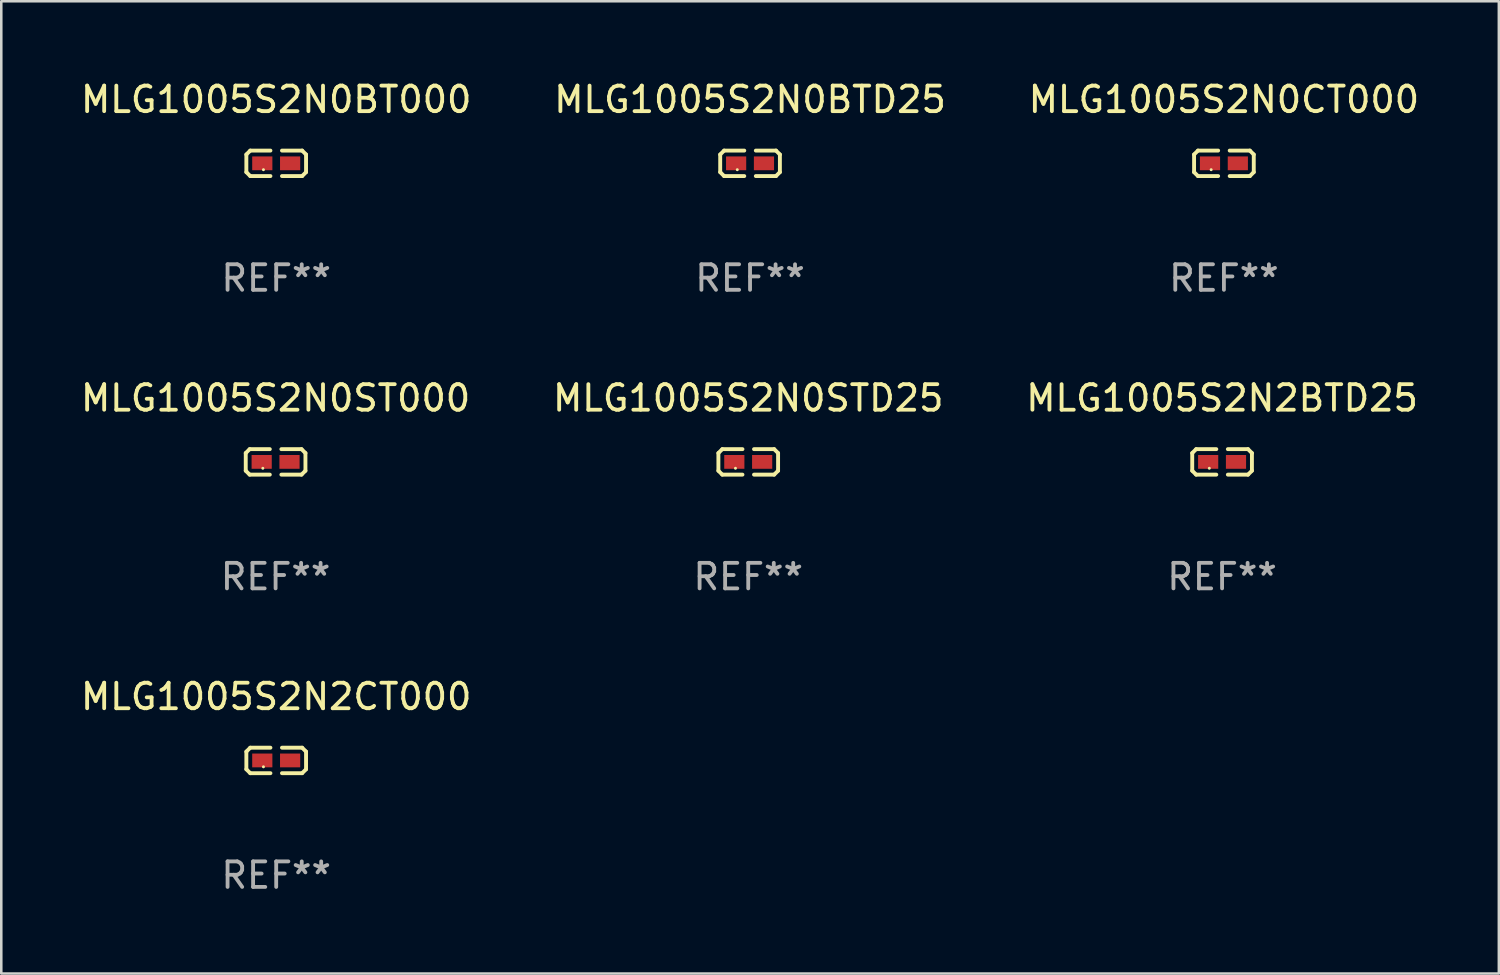
<source format=kicad_pcb>
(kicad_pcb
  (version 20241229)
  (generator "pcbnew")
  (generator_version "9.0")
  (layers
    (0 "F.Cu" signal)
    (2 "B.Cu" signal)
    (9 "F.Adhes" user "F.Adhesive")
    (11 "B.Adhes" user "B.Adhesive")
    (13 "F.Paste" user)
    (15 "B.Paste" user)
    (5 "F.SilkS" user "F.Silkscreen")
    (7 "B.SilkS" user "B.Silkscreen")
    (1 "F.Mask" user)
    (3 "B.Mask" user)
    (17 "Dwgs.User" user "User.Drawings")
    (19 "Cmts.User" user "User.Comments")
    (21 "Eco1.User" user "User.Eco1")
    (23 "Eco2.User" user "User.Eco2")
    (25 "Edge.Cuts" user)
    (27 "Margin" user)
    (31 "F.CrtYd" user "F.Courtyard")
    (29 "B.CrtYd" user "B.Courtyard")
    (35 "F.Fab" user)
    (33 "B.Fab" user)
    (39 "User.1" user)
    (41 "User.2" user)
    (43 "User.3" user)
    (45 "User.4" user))
  (footprint "MLG1005S2N2CT000"
    (layer "F.Cu")
    (at 7.768 26.734)
    (property "Reference" "MLG1005S2N2CT000" (at 0 -2.499 0) (layer "F.SilkS") (effects (font (size 1 1) (thickness 0.15))))
    (attr through_hole)
    (fp_line (start -1.169 -0.346) (end -1.016 -0.499) (stroke (width 0.152) (type solid)) (layer "F.SilkS"))
    (fp_line (start -1.169 0.346) (end -1.169 -0.346) (stroke (width 0.152) (type solid)) (layer "F.SilkS"))
    (fp_line (start -1.016 -0.499) (end -0.226 -0.499) (stroke (width 0.152) (type solid)) (layer "F.SilkS"))
    (fp_line (start -1.016 0.499) (end -1.169 0.346) (stroke (width 0.152) (type solid)) (layer "F.SilkS"))
    (fp_line (start -0.226 0.499) (end -1.016 0.499) (stroke (width 0.152) (type solid)) (layer "F.SilkS"))
    (fp_line (start 0.226 0.499) (end 1.016 0.499) (stroke (width 0.152) (type solid)) (layer "F.SilkS"))
    (fp_line (start 1.016 -0.499) (end 0.226 -0.499) (stroke (width 0.152) (type solid)) (layer "F.SilkS"))
    (fp_line (start 1.016 0.499) (end 1.169 0.346) (stroke (width 0.152) (type solid)) (layer "F.SilkS"))
    (fp_line (start 1.169 -0.346) (end 1.016 -0.499) (stroke (width 0.152) (type solid)) (layer "F.SilkS"))
    (fp_line (start 1.169 0.346) (end 1.169 -0.346) (stroke (width 0.152) (type solid)) (layer "F.SilkS"))
    (fp_circle (center -0.5 0.25) (end -0.47 0.25) (stroke (width 0.06) (type solid)) (fill no) (layer "F.SilkS"))
    (fp_text user "REF**" (at 0 4.499 0) (layer "F.Fab") (effects (font (size 1 1) (thickness 0.15))))
    (pad "1" smd rect (at -0.545 0) (size 0.79 0.54) (layers "F.Cu" "F.Mask" "F.Paste"))
    (pad "2" smd rect (at 0.545 0) (size 0.79 0.54) (layers "F.Cu" "F.Mask" "F.Paste")))
  (footprint "MLG1005S2N0STD25"
    (layer "F.Cu")
    (at 26.256 15.041)
    (property "Reference" "MLG1005S2N0STD25" (at 0 -2.499 0) (layer "F.SilkS") (effects (font (size 1 1) (thickness 0.15))))
    (attr through_hole)
    (fp_line (start -1.169 -0.346) (end -1.016 -0.499) (stroke (width 0.152) (type solid)) (layer "F.SilkS"))
    (fp_line (start -1.169 0.346) (end -1.169 -0.346) (stroke (width 0.152) (type solid)) (layer "F.SilkS"))
    (fp_line (start -1.016 -0.499) (end -0.226 -0.499) (stroke (width 0.152) (type solid)) (layer "F.SilkS"))
    (fp_line (start -1.016 0.499) (end -1.169 0.346) (stroke (width 0.152) (type solid)) (layer "F.SilkS"))
    (fp_line (start -0.226 0.499) (end -1.016 0.499) (stroke (width 0.152) (type solid)) (layer "F.SilkS"))
    (fp_line (start 0.226 0.499) (end 1.016 0.499) (stroke (width 0.152) (type solid)) (layer "F.SilkS"))
    (fp_line (start 1.016 -0.499) (end 0.226 -0.499) (stroke (width 0.152) (type solid)) (layer "F.SilkS"))
    (fp_line (start 1.016 0.499) (end 1.169 0.346) (stroke (width 0.152) (type solid)) (layer "F.SilkS"))
    (fp_line (start 1.169 -0.346) (end 1.016 -0.499) (stroke (width 0.152) (type solid)) (layer "F.SilkS"))
    (fp_line (start 1.169 0.346) (end 1.169 -0.346) (stroke (width 0.152) (type solid)) (layer "F.SilkS"))
    (fp_circle (center -0.5 0.25) (end -0.47 0.25) (stroke (width 0.06) (type solid)) (fill no) (layer "F.SilkS"))
    (fp_text user "REF**" (at 0 4.499 0) (layer "F.Fab") (effects (font (size 1 1) (thickness 0.15))))
    (pad "1" smd rect (at -0.545 0) (size 0.79 0.54) (layers "F.Cu" "F.Mask" "F.Paste"))
    (pad "2" smd rect (at 0.545 0) (size 0.79 0.54) (layers "F.Cu" "F.Mask" "F.Paste")))
  (footprint "MLG1005S2N0CT000"
    (layer "F.Cu")
    (at 44.887 3.347)
    (property "Reference" "MLG1005S2N0CT000" (at 0 -2.499 0) (layer "F.SilkS") (effects (font (size 1 1) (thickness 0.15))))
    (attr through_hole)
    (fp_line (start -1.169 -0.346) (end -1.016 -0.499) (stroke (width 0.152) (type solid)) (layer "F.SilkS"))
    (fp_line (start -1.169 0.346) (end -1.169 -0.346) (stroke (width 0.152) (type solid)) (layer "F.SilkS"))
    (fp_line (start -1.016 -0.499) (end -0.226 -0.499) (stroke (width 0.152) (type solid)) (layer "F.SilkS"))
    (fp_line (start -1.016 0.499) (end -1.169 0.346) (stroke (width 0.152) (type solid)) (layer "F.SilkS"))
    (fp_line (start -0.226 0.499) (end -1.016 0.499) (stroke (width 0.152) (type solid)) (layer "F.SilkS"))
    (fp_line (start 0.226 0.499) (end 1.016 0.499) (stroke (width 0.152) (type solid)) (layer "F.SilkS"))
    (fp_line (start 1.016 -0.499) (end 0.226 -0.499) (stroke (width 0.152) (type solid)) (layer "F.SilkS"))
    (fp_line (start 1.016 0.499) (end 1.169 0.346) (stroke (width 0.152) (type solid)) (layer "F.SilkS"))
    (fp_line (start 1.169 -0.346) (end 1.016 -0.499) (stroke (width 0.152) (type solid)) (layer "F.SilkS"))
    (fp_line (start 1.169 0.346) (end 1.169 -0.346) (stroke (width 0.152) (type solid)) (layer "F.SilkS"))
    (fp_circle (center -0.5 0.25) (end -0.47 0.25) (stroke (width 0.06) (type solid)) (fill no) (layer "F.SilkS"))
    (fp_text user "REF**" (at 0 4.499 0) (layer "F.Fab") (effects (font (size 1 1) (thickness 0.15))))
    (pad "1" smd rect (at -0.545 0) (size 0.79 0.54) (layers "F.Cu" "F.Mask" "F.Paste"))
    (pad "2" smd rect (at 0.545 0) (size 0.79 0.54) (layers "F.Cu" "F.Mask" "F.Paste")))
  (footprint "MLG1005S2N0BTD25"
    (layer "F.Cu")
    (at 26.327 3.347)
    (property "Reference" "MLG1005S2N0BTD25" (at 0 -2.499 0) (layer "F.SilkS") (effects (font (size 1 1) (thickness 0.15))))
    (attr through_hole)
    (fp_line (start -1.169 -0.346) (end -1.016 -0.499) (stroke (width 0.152) (type solid)) (layer "F.SilkS"))
    (fp_line (start -1.169 0.346) (end -1.169 -0.346) (stroke (width 0.152) (type solid)) (layer "F.SilkS"))
    (fp_line (start -1.016 -0.499) (end -0.226 -0.499) (stroke (width 0.152) (type solid)) (layer "F.SilkS"))
    (fp_line (start -1.016 0.499) (end -1.169 0.346) (stroke (width 0.152) (type solid)) (layer "F.SilkS"))
    (fp_line (start -0.226 0.499) (end -1.016 0.499) (stroke (width 0.152) (type solid)) (layer "F.SilkS"))
    (fp_line (start 0.226 0.499) (end 1.016 0.499) (stroke (width 0.152) (type solid)) (layer "F.SilkS"))
    (fp_line (start 1.016 -0.499) (end 0.226 -0.499) (stroke (width 0.152) (type solid)) (layer "F.SilkS"))
    (fp_line (start 1.016 0.499) (end 1.169 0.346) (stroke (width 0.152) (type solid)) (layer "F.SilkS"))
    (fp_line (start 1.169 -0.346) (end 1.016 -0.499) (stroke (width 0.152) (type solid)) (layer "F.SilkS"))
    (fp_line (start 1.169 0.346) (end 1.169 -0.346) (stroke (width 0.152) (type solid)) (layer "F.SilkS"))
    (fp_circle (center -0.5 0.25) (end -0.47 0.25) (stroke (width 0.06) (type solid)) (fill no) (layer "F.SilkS"))
    (fp_text user "REF**" (at 0 4.499 0) (layer "F.Fab") (effects (font (size 1 1) (thickness 0.15))))
    (pad "1" smd rect (at -0.545 0) (size 0.79 0.54) (layers "F.Cu" "F.Mask" "F.Paste"))
    (pad "2" smd rect (at 0.545 0) (size 0.79 0.54) (layers "F.Cu" "F.Mask" "F.Paste")))
  (footprint "MLG1005S2N2BTD25"
    (layer "F.Cu")
    (at 44.815 15.041)
    (property "Reference" "MLG1005S2N2BTD25" (at 0 -2.499 0) (layer "F.SilkS") (effects (font (size 1 1) (thickness 0.15))))
    (attr through_hole)
    (fp_line (start -1.169 -0.346) (end -1.016 -0.499) (stroke (width 0.152) (type solid)) (layer "F.SilkS"))
    (fp_line (start -1.169 0.346) (end -1.169 -0.346) (stroke (width 0.152) (type solid)) (layer "F.SilkS"))
    (fp_line (start -1.016 -0.499) (end -0.226 -0.499) (stroke (width 0.152) (type solid)) (layer "F.SilkS"))
    (fp_line (start -1.016 0.499) (end -1.169 0.346) (stroke (width 0.152) (type solid)) (layer "F.SilkS"))
    (fp_line (start -0.226 0.499) (end -1.016 0.499) (stroke (width 0.152) (type solid)) (layer "F.SilkS"))
    (fp_line (start 0.226 0.499) (end 1.016 0.499) (stroke (width 0.152) (type solid)) (layer "F.SilkS"))
    (fp_line (start 1.016 -0.499) (end 0.226 -0.499) (stroke (width 0.152) (type solid)) (layer "F.SilkS"))
    (fp_line (start 1.016 0.499) (end 1.169 0.346) (stroke (width 0.152) (type solid)) (layer "F.SilkS"))
    (fp_line (start 1.169 -0.346) (end 1.016 -0.499) (stroke (width 0.152) (type solid)) (layer "F.SilkS"))
    (fp_line (start 1.169 0.346) (end 1.169 -0.346) (stroke (width 0.152) (type solid)) (layer "F.SilkS"))
    (fp_circle (center -0.5 0.25) (end -0.47 0.25) (stroke (width 0.06) (type solid)) (fill no) (layer "F.SilkS"))
    (fp_text user "REF**" (at 0 4.499 0) (layer "F.Fab") (effects (font (size 1 1) (thickness 0.15))))
    (pad "1" smd rect (at -0.545 0) (size 0.79 0.54) (layers "F.Cu" "F.Mask" "F.Paste"))
    (pad "2" smd rect (at 0.545 0) (size 0.79 0.54) (layers "F.Cu" "F.Mask" "F.Paste")))
  (footprint "MLG1005S2N0BT000"
    (layer "F.Cu")
    (at 7.768 3.347)
    (property "Reference" "MLG1005S2N0BT000" (at 0 -2.499 0) (layer "F.SilkS") (effects (font (size 1 1) (thickness 0.15))))
    (attr through_hole)
    (fp_line (start -1.169 -0.346) (end -1.016 -0.499) (stroke (width 0.152) (type solid)) (layer "F.SilkS"))
    (fp_line (start -1.169 0.346) (end -1.169 -0.346) (stroke (width 0.152) (type solid)) (layer "F.SilkS"))
    (fp_line (start -1.016 -0.499) (end -0.226 -0.499) (stroke (width 0.152) (type solid)) (layer "F.SilkS"))
    (fp_line (start -1.016 0.499) (end -1.169 0.346) (stroke (width 0.152) (type solid)) (layer "F.SilkS"))
    (fp_line (start -0.226 0.499) (end -1.016 0.499) (stroke (width 0.152) (type solid)) (layer "F.SilkS"))
    (fp_line (start 0.226 0.499) (end 1.016 0.499) (stroke (width 0.152) (type solid)) (layer "F.SilkS"))
    (fp_line (start 1.016 -0.499) (end 0.226 -0.499) (stroke (width 0.152) (type solid)) (layer "F.SilkS"))
    (fp_line (start 1.016 0.499) (end 1.169 0.346) (stroke (width 0.152) (type solid)) (layer "F.SilkS"))
    (fp_line (start 1.169 -0.346) (end 1.016 -0.499) (stroke (width 0.152) (type solid)) (layer "F.SilkS"))
    (fp_line (start 1.169 0.346) (end 1.169 -0.346) (stroke (width 0.152) (type solid)) (layer "F.SilkS"))
    (fp_circle (center -0.5 0.25) (end -0.47 0.25) (stroke (width 0.06) (type solid)) (fill no) (layer "F.SilkS"))
    (fp_text user "REF**" (at 0 4.499 0) (layer "F.Fab") (effects (font (size 1 1) (thickness 0.15))))
    (pad "1" smd rect (at -0.545 0) (size 0.79 0.54) (layers "F.Cu" "F.Mask" "F.Paste"))
    (pad "2" smd rect (at 0.545 0) (size 0.79 0.54) (layers "F.Cu" "F.Mask" "F.Paste")))
  (footprint "MLG1005S2N0ST000"
    (layer "F.Cu")
    (at 7.744 15.041)
    (property "Reference" "MLG1005S2N0ST000" (at 0 -2.499 0) (layer "F.SilkS") (effects (font (size 1 1) (thickness 0.15))))
    (attr through_hole)
    (fp_line (start -1.169 -0.346) (end -1.016 -0.499) (stroke (width 0.152) (type solid)) (layer "F.SilkS"))
    (fp_line (start -1.169 0.346) (end -1.169 -0.346) (stroke (width 0.152) (type solid)) (layer "F.SilkS"))
    (fp_line (start -1.016 -0.499) (end -0.226 -0.499) (stroke (width 0.152) (type solid)) (layer "F.SilkS"))
    (fp_line (start -1.016 0.499) (end -1.169 0.346) (stroke (width 0.152) (type solid)) (layer "F.SilkS"))
    (fp_line (start -0.226 0.499) (end -1.016 0.499) (stroke (width 0.152) (type solid)) (layer "F.SilkS"))
    (fp_line (start 0.226 0.499) (end 1.016 0.499) (stroke (width 0.152) (type solid)) (layer "F.SilkS"))
    (fp_line (start 1.016 -0.499) (end 0.226 -0.499) (stroke (width 0.152) (type solid)) (layer "F.SilkS"))
    (fp_line (start 1.016 0.499) (end 1.169 0.346) (stroke (width 0.152) (type solid)) (layer "F.SilkS"))
    (fp_line (start 1.169 -0.346) (end 1.016 -0.499) (stroke (width 0.152) (type solid)) (layer "F.SilkS"))
    (fp_line (start 1.169 0.346) (end 1.169 -0.346) (stroke (width 0.152) (type solid)) (layer "F.SilkS"))
    (fp_circle (center -0.5 0.25) (end -0.47 0.25) (stroke (width 0.06) (type solid)) (fill no) (layer "F.SilkS"))
    (fp_text user "REF**" (at 0 4.499 0) (layer "F.Fab") (effects (font (size 1 1) (thickness 0.15))))
    (pad "1" smd rect (at -0.545 0) (size 0.79 0.54) (layers "F.Cu" "F.Mask" "F.Paste"))
    (pad "2" smd rect (at 0.545 0) (size 0.79 0.54) (layers "F.Cu" "F.Mask" "F.Paste")))
  (gr_rect
    (start -3 -3)
    (end 55.655 35.081)
    (stroke (width 0.1) (type default))
    (fill no)
    (layer "Edge.Cuts")))
</source>
